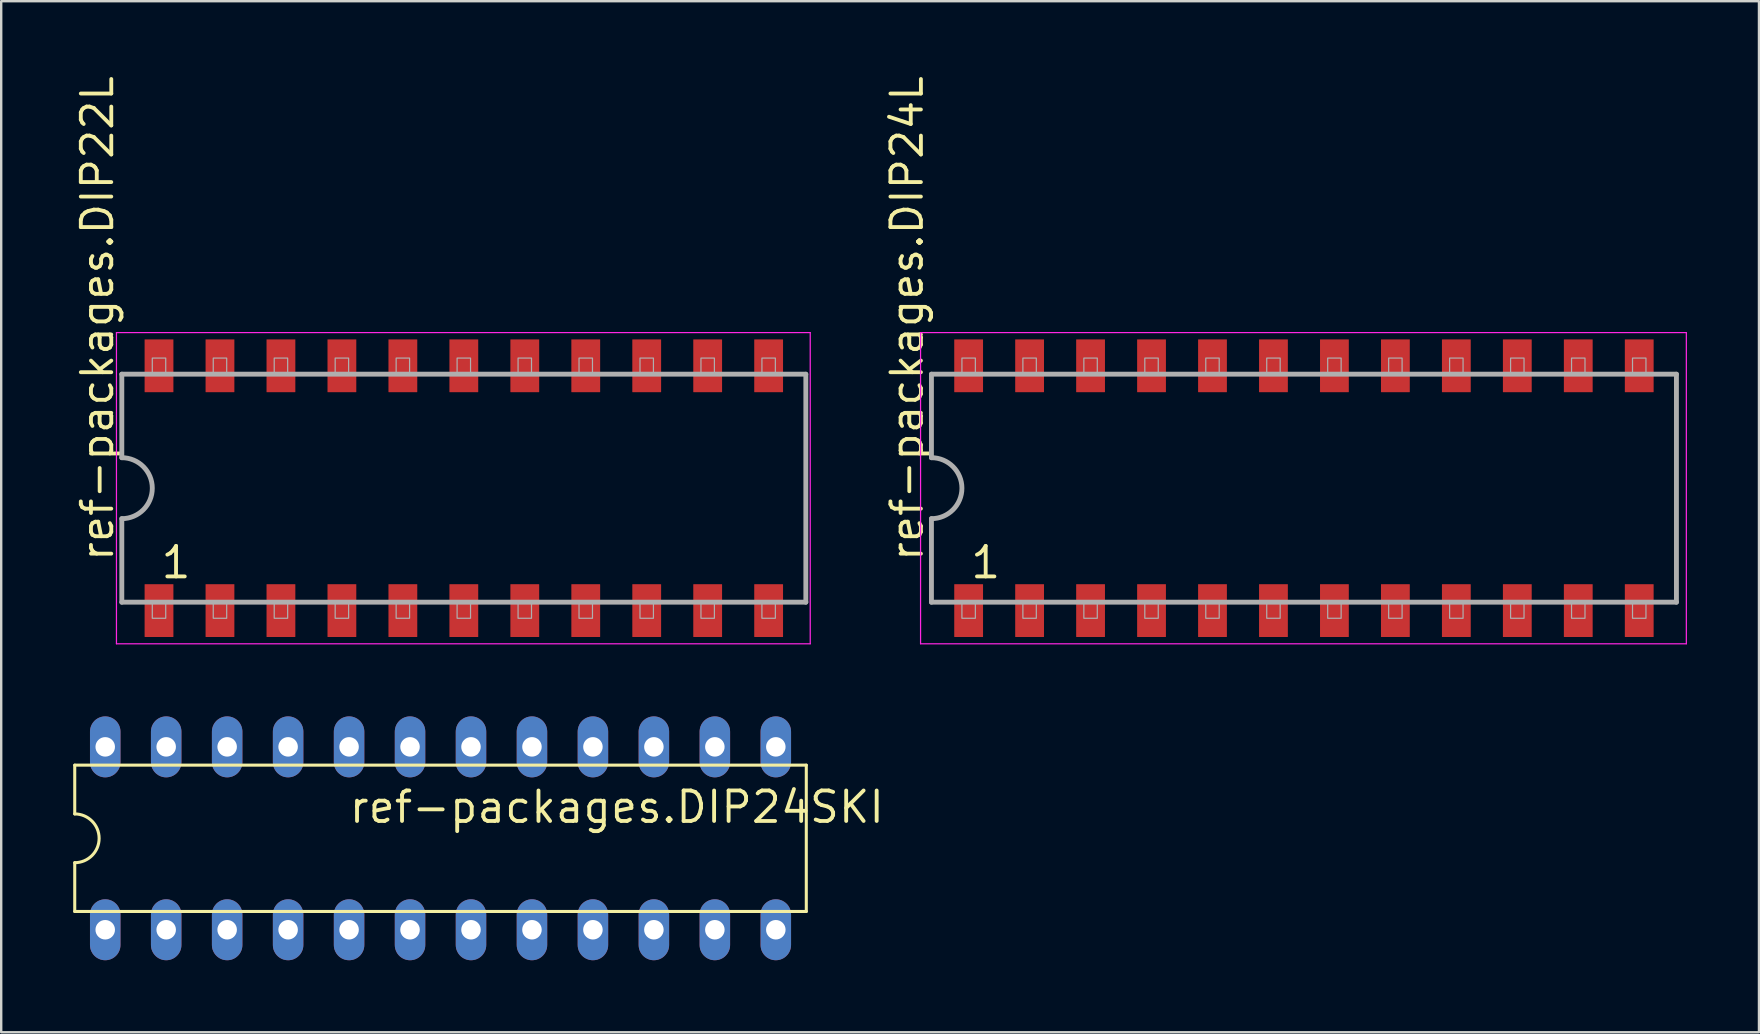
<source format=kicad_pcb>
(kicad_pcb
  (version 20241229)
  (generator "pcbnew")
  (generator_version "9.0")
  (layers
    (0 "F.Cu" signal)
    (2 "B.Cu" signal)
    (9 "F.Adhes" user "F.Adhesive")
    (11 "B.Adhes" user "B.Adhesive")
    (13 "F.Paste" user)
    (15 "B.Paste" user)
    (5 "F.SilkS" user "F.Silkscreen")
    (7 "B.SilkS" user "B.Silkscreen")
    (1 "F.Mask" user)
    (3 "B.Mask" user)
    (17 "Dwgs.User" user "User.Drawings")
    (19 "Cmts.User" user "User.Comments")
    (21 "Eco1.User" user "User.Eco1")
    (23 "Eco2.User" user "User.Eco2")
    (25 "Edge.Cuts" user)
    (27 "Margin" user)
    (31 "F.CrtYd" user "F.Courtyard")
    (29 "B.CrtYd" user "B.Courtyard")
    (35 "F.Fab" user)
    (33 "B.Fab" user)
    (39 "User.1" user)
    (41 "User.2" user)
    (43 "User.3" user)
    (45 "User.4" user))
  (footprint "ref-packages.DIP22L"
    (layer "F.Cu")
    (at 16.275 17.29)
    (property "Reference" "ref-packages.DIP22L" (at -14.525 3.135 90) (layer "F.SilkS") (effects (font (size 1.27 1.27) (thickness 0.16)) (justify left bottom)))
    (attr smd)
    (fp_line (start -14.473 -6.483) (end 14.433 -6.483) (stroke (width 0.051) (type default)) (layer "F.CrtYd"))
    (fp_line (start -14.473 6.483) (end -14.473 -6.483) (stroke (width 0.051) (type default)) (layer "F.CrtYd"))
    (fp_line (start 14.433 -6.483) (end 14.433 6.483) (stroke (width 0.051) (type default)) (layer "F.CrtYd"))
    (fp_line (start 14.433 6.483) (end -14.473 6.483) (stroke (width 0.051) (type default)) (layer "F.CrtYd"))
    (fp_line (start -14.25 -4.75) (end -14.25 -1.27) (stroke (width 0.203) (type default)) (layer "F.Fab"))
    (fp_line (start -14.25 1.27) (end -14.25 4.75) (stroke (width 0.203) (type default)) (layer "F.Fab"))
    (fp_line (start -14.25 4.75) (end 14.25 4.75) (stroke (width 0.203) (type default)) (layer "F.Fab"))
    (fp_line (start 14.25 -4.75) (end -14.25 -4.75) (stroke (width 0.203) (type default)) (layer "F.Fab"))
    (fp_line (start 14.25 4.75) (end 14.25 -4.75) (stroke (width 0.203) (type default)) (layer "F.Fab"))
    (fp_rect (start -12.98 -4.75) (end -12.42 -5.42) (stroke (width 0.05) (type default)) (fill no) (layer "F.Fab"))
    (fp_rect (start -12.98 5.42) (end -12.42 4.75) (stroke (width 0.05) (type default)) (fill no) (layer "F.Fab"))
    (fp_rect (start -10.44 -4.75) (end -9.88 -5.42) (stroke (width 0.05) (type default)) (fill no) (layer "F.Fab"))
    (fp_rect (start -10.44 5.42) (end -9.88 4.75) (stroke (width 0.05) (type default)) (fill no) (layer "F.Fab"))
    (fp_rect (start -7.9 -4.75) (end -7.34 -5.42) (stroke (width 0.05) (type default)) (fill no) (layer "F.Fab"))
    (fp_rect (start -7.9 5.42) (end -7.34 4.75) (stroke (width 0.05) (type default)) (fill no) (layer "F.Fab"))
    (fp_rect (start -5.36 -4.75) (end -4.8 -5.42) (stroke (width 0.05) (type default)) (fill no) (layer "F.Fab"))
    (fp_rect (start -5.36 5.42) (end -4.8 4.75) (stroke (width 0.05) (type default)) (fill no) (layer "F.Fab"))
    (fp_rect (start -2.82 -4.75) (end -2.26 -5.42) (stroke (width 0.05) (type default)) (fill no) (layer "F.Fab"))
    (fp_rect (start -2.82 5.42) (end -2.26 4.75) (stroke (width 0.05) (type default)) (fill no) (layer "F.Fab"))
    (fp_rect (start -0.28 -4.75) (end 0.28 -5.42) (stroke (width 0.05) (type default)) (fill no) (layer "F.Fab"))
    (fp_rect (start -0.28 5.42) (end 0.28 4.75) (stroke (width 0.05) (type default)) (fill no) (layer "F.Fab"))
    (fp_rect (start 2.26 -4.75) (end 2.82 -5.42) (stroke (width 0.05) (type default)) (fill no) (layer "F.Fab"))
    (fp_rect (start 2.26 5.42) (end 2.82 4.75) (stroke (width 0.05) (type default)) (fill no) (layer "F.Fab"))
    (fp_rect (start 4.8 -4.75) (end 5.36 -5.42) (stroke (width 0.05) (type default)) (fill no) (layer "F.Fab"))
    (fp_rect (start 4.8 5.42) (end 5.36 4.75) (stroke (width 0.05) (type default)) (fill no) (layer "F.Fab"))
    (fp_rect (start 7.34 -4.75) (end 7.9 -5.42) (stroke (width 0.05) (type default)) (fill no) (layer "F.Fab"))
    (fp_rect (start 7.34 5.42) (end 7.9 4.75) (stroke (width 0.05) (type default)) (fill no) (layer "F.Fab"))
    (fp_rect (start 9.88 -4.75) (end 10.44 -5.42) (stroke (width 0.05) (type default)) (fill no) (layer "F.Fab"))
    (fp_rect (start 9.88 5.42) (end 10.44 4.75) (stroke (width 0.05) (type default)) (fill no) (layer "F.Fab"))
    (fp_rect (start 12.42 -4.75) (end 12.98 -5.42) (stroke (width 0.05) (type default)) (fill no) (layer "F.Fab"))
    (fp_rect (start 12.42 5.42) (end 12.98 4.75) (stroke (width 0.05) (type default)) (fill no) (layer "F.Fab"))
    (fp_arc (start -14.25 -1.27) (mid -12.98 0) (end -14.25 1.27) (stroke (width 0.2032) (type default)) (layer "F.Fab"))
    (fp_text user "1" (at -12.7 3.84 0) (layer "F.SilkS") (effects (font (size 1.27 1.27) (thickness 0.16)) (justify left bottom)))
    (pad "1" smd roundrect (at -12.7 5.1) (size 1.2 2.2) (layers "F.Cu" "F.Mask" "F.Paste") (roundrect_rratio 0.01))
    (pad "2" smd roundrect (at -10.16 5.1) (size 1.2 2.2) (layers "F.Cu" "F.Mask" "F.Paste") (roundrect_rratio 0.01))
    (pad "3" smd roundrect (at -7.62 5.1) (size 1.2 2.2) (layers "F.Cu" "F.Mask" "F.Paste") (roundrect_rratio 0.01))
    (pad "4" smd roundrect (at -5.08 5.1) (size 1.2 2.2) (layers "F.Cu" "F.Mask" "F.Paste") (roundrect_rratio 0.01))
    (pad "5" smd roundrect (at -2.54 5.1) (size 1.2 2.2) (layers "F.Cu" "F.Mask" "F.Paste") (roundrect_rratio 0.01))
    (pad "6" smd roundrect (at 0 5.1) (size 1.2 2.2) (layers "F.Cu" "F.Mask" "F.Paste") (roundrect_rratio 0.01))
    (pad "7" smd roundrect (at 2.54 5.1) (size 1.2 2.2) (layers "F.Cu" "F.Mask" "F.Paste") (roundrect_rratio 0.01))
    (pad "8" smd roundrect (at 5.08 5.1) (size 1.2 2.2) (layers "F.Cu" "F.Mask" "F.Paste") (roundrect_rratio 0.01))
    (pad "9" smd roundrect (at 7.62 5.1) (size 1.2 2.2) (layers "F.Cu" "F.Mask" "F.Paste") (roundrect_rratio 0.01))
    (pad "10" smd roundrect (at 10.16 5.1) (size 1.2 2.2) (layers "F.Cu" "F.Mask" "F.Paste") (roundrect_rratio 0.01))
    (pad "11" smd roundrect (at 12.7 5.1) (size 1.2 2.2) (layers "F.Cu" "F.Mask" "F.Paste") (roundrect_rratio 0.01))
    (pad "12" smd roundrect (at 12.7 -5.1) (size 1.2 2.2) (layers "F.Cu" "F.Mask" "F.Paste") (roundrect_rratio 0.01))
    (pad "13" smd roundrect (at 10.16 -5.1) (size 1.2 2.2) (layers "F.Cu" "F.Mask" "F.Paste") (roundrect_rratio 0.01))
    (pad "14" smd roundrect (at 7.62 -5.1) (size 1.2 2.2) (layers "F.Cu" "F.Mask" "F.Paste") (roundrect_rratio 0.01))
    (pad "15" smd roundrect (at 5.08 -5.1) (size 1.2 2.2) (layers "F.Cu" "F.Mask" "F.Paste") (roundrect_rratio 0.01))
    (pad "16" smd roundrect (at 2.54 -5.1) (size 1.2 2.2) (layers "F.Cu" "F.Mask" "F.Paste") (roundrect_rratio 0.01))
    (pad "17" smd roundrect (at 0 -5.1) (size 1.2 2.2) (layers "F.Cu" "F.Mask" "F.Paste") (roundrect_rratio 0.01))
    (pad "18" smd roundrect (at -2.54 -5.1) (size 1.2 2.2) (layers "F.Cu" "F.Mask" "F.Paste") (roundrect_rratio 0.01))
    (pad "19" smd roundrect (at -5.08 -5.1) (size 1.2 2.2) (layers "F.Cu" "F.Mask" "F.Paste") (roundrect_rratio 0.01))
    (pad "20" smd roundrect (at -7.62 -5.1) (size 1.2 2.2) (layers "F.Cu" "F.Mask" "F.Paste") (roundrect_rratio 0.01))
    (pad "21" smd roundrect (at -10.16 -5.1) (size 1.2 2.2) (layers "F.Cu" "F.Mask" "F.Paste") (roundrect_rratio 0.01))
    (pad "22" smd roundrect (at -12.7 -5.1) (size 1.2 2.2) (layers "F.Cu" "F.Mask" "F.Paste") (roundrect_rratio 0.01)))
  (footprint "ref-packages.DIP24SKI"
    (layer "F.Cu")
    (at 12.764 31.878)
    (property "Reference" "ref-packages.DIP24SKI" (at -1.346 -0.559 0) (layer "F.SilkS") (effects (font (size 1.27 1.27) (thickness 0.16)) (justify left bottom)))
    (attr through_hole)
    (fp_line (start -12.7 -3.048) (end -12.7 -1.016) (stroke (width 0.127) (type default)) (layer "F.SilkS"))
    (fp_line (start -12.7 3.048) (end -12.7 1.016) (stroke (width 0.127) (type default)) (layer "F.SilkS"))
    (fp_line (start -12.7 3.048) (end 17.78 3.048) (stroke (width 0.127) (type default)) (layer "F.SilkS"))
    (fp_line (start 17.78 -3.048) (end -12.7 -3.048) (stroke (width 0.127) (type default)) (layer "F.SilkS"))
    (fp_line (start 17.78 3.048) (end 17.78 -3.048) (stroke (width 0.127) (type default)) (layer "F.SilkS"))
    (fp_arc (start -12.7 -1.016) (mid -11.684 0) (end -12.7 1.016) (stroke (width 0.127) (type default)) (layer "F.SilkS"))
    (pad "1" thru_hole oval (at -11.43 3.81 90) (size 2.54 1.27) (drill 0.813) (layers "*.Cu" "*.Mask"))
    (pad "2" thru_hole oval (at -8.89 3.81 90) (size 2.54 1.27) (drill 0.813) (layers "*.Cu" "*.Mask"))
    (pad "3" thru_hole oval (at -6.35 3.81 90) (size 2.54 1.27) (drill 0.813) (layers "*.Cu" "*.Mask"))
    (pad "4" thru_hole oval (at -3.81 3.81 90) (size 2.54 1.27) (drill 0.813) (layers "*.Cu" "*.Mask"))
    (pad "5" thru_hole oval (at -1.27 3.81 90) (size 2.54 1.27) (drill 0.813) (layers "*.Cu" "*.Mask"))
    (pad "6" thru_hole oval (at 1.27 3.81 90) (size 2.54 1.27) (drill 0.813) (layers "*.Cu" "*.Mask"))
    (pad "7" thru_hole oval (at 3.81 3.81 90) (size 2.54 1.27) (drill 0.813) (layers "*.Cu" "*.Mask"))
    (pad "8" thru_hole oval (at 6.35 3.81 90) (size 2.54 1.27) (drill 0.813) (layers "*.Cu" "*.Mask"))
    (pad "9" thru_hole oval (at 8.89 3.81 90) (size 2.54 1.27) (drill 0.813) (layers "*.Cu" "*.Mask"))
    (pad "10" thru_hole oval (at 11.43 3.81 90) (size 2.54 1.27) (drill 0.813) (layers "*.Cu" "*.Mask"))
    (pad "11" thru_hole oval (at 13.97 3.81 90) (size 2.54 1.27) (drill 0.813) (layers "*.Cu" "*.Mask"))
    (pad "12" thru_hole oval (at 16.51 3.81 90) (size 2.54 1.27) (drill 0.813) (layers "*.Cu" "*.Mask"))
    (pad "13" thru_hole oval (at 16.51 -3.81 90) (size 2.54 1.27) (drill 0.813) (layers "*.Cu" "*.Mask"))
    (pad "14" thru_hole oval (at 13.97 -3.81 90) (size 2.54 1.27) (drill 0.813) (layers "*.Cu" "*.Mask"))
    (pad "15" thru_hole oval (at 11.43 -3.81 90) (size 2.54 1.27) (drill 0.813) (layers "*.Cu" "*.Mask"))
    (pad "16" thru_hole oval (at 8.89 -3.81 90) (size 2.54 1.27) (drill 0.813) (layers "*.Cu" "*.Mask"))
    (pad "17" thru_hole oval (at 6.35 -3.81 90) (size 2.54 1.27) (drill 0.813) (layers "*.Cu" "*.Mask"))
    (pad "18" thru_hole oval (at 3.81 -3.81 90) (size 2.54 1.27) (drill 0.813) (layers "*.Cu" "*.Mask"))
    (pad "19" thru_hole oval (at 1.27 -3.81 90) (size 2.54 1.27) (drill 0.813) (layers "*.Cu" "*.Mask"))
    (pad "20" thru_hole oval (at -1.27 -3.81 90) (size 2.54 1.27) (drill 0.813) (layers "*.Cu" "*.Mask"))
    (pad "21" thru_hole oval (at -3.81 -3.81 90) (size 2.54 1.27) (drill 0.813) (layers "*.Cu" "*.Mask"))
    (pad "22" thru_hole oval (at -6.35 -3.81 90) (size 2.54 1.27) (drill 0.813) (layers "*.Cu" "*.Mask"))
    (pad "23" thru_hole oval (at -8.89 -3.81 90) (size 2.54 1.27) (drill 0.813) (layers "*.Cu" "*.Mask"))
    (pad "24" thru_hole oval (at -11.43 -3.81 90) (size 2.54 1.27) (drill 0.813) (layers "*.Cu" "*.Mask")))
  (footprint "ref-packages.DIP24L"
    (layer "F.Cu")
    (at 51.278 17.29)
    (property "Reference" "ref-packages.DIP24L" (at -15.795 3.135 90) (layer "F.SilkS") (effects (font (size 1.27 1.27) (thickness 0.16)) (justify left bottom)))
    (attr smd)
    (fp_line (start -15.973 -6.483) (end 15.933 -6.483) (stroke (width 0.051) (type default)) (layer "F.CrtYd"))
    (fp_line (start -15.973 6.483) (end -15.973 -6.483) (stroke (width 0.051) (type default)) (layer "F.CrtYd"))
    (fp_line (start 15.933 -6.483) (end 15.933 6.483) (stroke (width 0.051) (type default)) (layer "F.CrtYd"))
    (fp_line (start 15.933 6.483) (end -15.973 6.483) (stroke (width 0.051) (type default)) (layer "F.CrtYd"))
    (fp_line (start -15.52 -4.75) (end -15.52 -1.27) (stroke (width 0.203) (type default)) (layer "F.Fab"))
    (fp_line (start -15.52 1.27) (end -15.52 4.75) (stroke (width 0.203) (type default)) (layer "F.Fab"))
    (fp_line (start -15.52 4.75) (end 15.52 4.75) (stroke (width 0.203) (type default)) (layer "F.Fab"))
    (fp_line (start 15.52 -4.75) (end -15.52 -4.75) (stroke (width 0.203) (type default)) (layer "F.Fab"))
    (fp_line (start 15.52 4.75) (end 15.52 -4.75) (stroke (width 0.203) (type default)) (layer "F.Fab"))
    (fp_rect (start -14.25 -4.75) (end -13.69 -5.42) (stroke (width 0.05) (type default)) (fill no) (layer "F.Fab"))
    (fp_rect (start -14.25 5.42) (end -13.69 4.75) (stroke (width 0.05) (type default)) (fill no) (layer "F.Fab"))
    (fp_rect (start -11.71 -4.75) (end -11.15 -5.42) (stroke (width 0.05) (type default)) (fill no) (layer "F.Fab"))
    (fp_rect (start -11.71 5.42) (end -11.15 4.75) (stroke (width 0.05) (type default)) (fill no) (layer "F.Fab"))
    (fp_rect (start -9.17 -4.75) (end -8.61 -5.42) (stroke (width 0.05) (type default)) (fill no) (layer "F.Fab"))
    (fp_rect (start -9.17 5.42) (end -8.61 4.75) (stroke (width 0.05) (type default)) (fill no) (layer "F.Fab"))
    (fp_rect (start -6.63 -4.75) (end -6.07 -5.42) (stroke (width 0.05) (type default)) (fill no) (layer "F.Fab"))
    (fp_rect (start -6.63 5.42) (end -6.07 4.75) (stroke (width 0.05) (type default)) (fill no) (layer "F.Fab"))
    (fp_rect (start -4.09 -4.75) (end -3.53 -5.42) (stroke (width 0.05) (type default)) (fill no) (layer "F.Fab"))
    (fp_rect (start -4.09 5.42) (end -3.53 4.75) (stroke (width 0.05) (type default)) (fill no) (layer "F.Fab"))
    (fp_rect (start -1.55 -4.75) (end -0.99 -5.42) (stroke (width 0.05) (type default)) (fill no) (layer "F.Fab"))
    (fp_rect (start -1.55 5.42) (end -0.99 4.75) (stroke (width 0.05) (type default)) (fill no) (layer "F.Fab"))
    (fp_rect (start 0.99 -4.75) (end 1.55 -5.42) (stroke (width 0.05) (type default)) (fill no) (layer "F.Fab"))
    (fp_rect (start 0.99 5.42) (end 1.55 4.75) (stroke (width 0.05) (type default)) (fill no) (layer "F.Fab"))
    (fp_rect (start 3.53 -4.75) (end 4.09 -5.42) (stroke (width 0.05) (type default)) (fill no) (layer "F.Fab"))
    (fp_rect (start 3.53 5.42) (end 4.09 4.75) (stroke (width 0.05) (type default)) (fill no) (layer "F.Fab"))
    (fp_rect (start 6.07 -4.75) (end 6.63 -5.42) (stroke (width 0.05) (type default)) (fill no) (layer "F.Fab"))
    (fp_rect (start 6.07 5.42) (end 6.63 4.75) (stroke (width 0.05) (type default)) (fill no) (layer "F.Fab"))
    (fp_rect (start 8.61 -4.75) (end 9.17 -5.42) (stroke (width 0.05) (type default)) (fill no) (layer "F.Fab"))
    (fp_rect (start 8.61 5.42) (end 9.17 4.75) (stroke (width 0.05) (type default)) (fill no) (layer "F.Fab"))
    (fp_rect (start 11.15 -4.75) (end 11.71 -5.42) (stroke (width 0.05) (type default)) (fill no) (layer "F.Fab"))
    (fp_rect (start 11.15 5.42) (end 11.71 4.75) (stroke (width 0.05) (type default)) (fill no) (layer "F.Fab"))
    (fp_rect (start 13.69 -4.75) (end 14.25 -5.42) (stroke (width 0.05) (type default)) (fill no) (layer "F.Fab"))
    (fp_rect (start 13.69 5.42) (end 14.25 4.75) (stroke (width 0.05) (type default)) (fill no) (layer "F.Fab"))
    (fp_arc (start -15.52 -1.27) (mid -14.25 0) (end -15.52 1.27) (stroke (width 0.2032) (type default)) (layer "F.Fab"))
    (fp_text user "1" (at -13.97 3.84 0) (layer "F.SilkS") (effects (font (size 1.27 1.27) (thickness 0.16)) (justify left bottom)))
    (pad "1" smd roundrect (at -13.97 5.1) (size 1.2 2.2) (layers "F.Cu" "F.Mask" "F.Paste") (roundrect_rratio 0.01))
    (pad "2" smd roundrect (at -11.43 5.1) (size 1.2 2.2) (layers "F.Cu" "F.Mask" "F.Paste") (roundrect_rratio 0.01))
    (pad "3" smd roundrect (at -8.89 5.1) (size 1.2 2.2) (layers "F.Cu" "F.Mask" "F.Paste") (roundrect_rratio 0.01))
    (pad "4" smd roundrect (at -6.35 5.1) (size 1.2 2.2) (layers "F.Cu" "F.Mask" "F.Paste") (roundrect_rratio 0.01))
    (pad "5" smd roundrect (at -3.81 5.1) (size 1.2 2.2) (layers "F.Cu" "F.Mask" "F.Paste") (roundrect_rratio 0.01))
    (pad "6" smd roundrect (at -1.27 5.1) (size 1.2 2.2) (layers "F.Cu" "F.Mask" "F.Paste") (roundrect_rratio 0.01))
    (pad "7" smd roundrect (at 1.27 5.1) (size 1.2 2.2) (layers "F.Cu" "F.Mask" "F.Paste") (roundrect_rratio 0.01))
    (pad "8" smd roundrect (at 3.81 5.1) (size 1.2 2.2) (layers "F.Cu" "F.Mask" "F.Paste") (roundrect_rratio 0.01))
    (pad "9" smd roundrect (at 6.35 5.1) (size 1.2 2.2) (layers "F.Cu" "F.Mask" "F.Paste") (roundrect_rratio 0.01))
    (pad "10" smd roundrect (at 8.89 5.1) (size 1.2 2.2) (layers "F.Cu" "F.Mask" "F.Paste") (roundrect_rratio 0.01))
    (pad "11" smd roundrect (at 11.43 5.1) (size 1.2 2.2) (layers "F.Cu" "F.Mask" "F.Paste") (roundrect_rratio 0.01))
    (pad "12" smd roundrect (at 13.97 5.1) (size 1.2 2.2) (layers "F.Cu" "F.Mask" "F.Paste") (roundrect_rratio 0.01))
    (pad "13" smd roundrect (at 13.97 -5.1) (size 1.2 2.2) (layers "F.Cu" "F.Mask" "F.Paste") (roundrect_rratio 0.01))
    (pad "14" smd roundrect (at 11.43 -5.1) (size 1.2 2.2) (layers "F.Cu" "F.Mask" "F.Paste") (roundrect_rratio 0.01))
    (pad "15" smd roundrect (at 8.89 -5.1) (size 1.2 2.2) (layers "F.Cu" "F.Mask" "F.Paste") (roundrect_rratio 0.01))
    (pad "16" smd roundrect (at 6.35 -5.1) (size 1.2 2.2) (layers "F.Cu" "F.Mask" "F.Paste") (roundrect_rratio 0.01))
    (pad "17" smd roundrect (at 3.81 -5.1) (size 1.2 2.2) (layers "F.Cu" "F.Mask" "F.Paste") (roundrect_rratio 0.01))
    (pad "18" smd roundrect (at 1.27 -5.1) (size 1.2 2.2) (layers "F.Cu" "F.Mask" "F.Paste") (roundrect_rratio 0.01))
    (pad "19" smd roundrect (at -1.27 -5.1) (size 1.2 2.2) (layers "F.Cu" "F.Mask" "F.Paste") (roundrect_rratio 0.01))
    (pad "20" smd roundrect (at -3.81 -5.1) (size 1.2 2.2) (layers "F.Cu" "F.Mask" "F.Paste") (roundrect_rratio 0.01))
    (pad "21" smd roundrect (at -6.35 -5.1) (size 1.2 2.2) (layers "F.Cu" "F.Mask" "F.Paste") (roundrect_rratio 0.01))
    (pad "22" smd roundrect (at -8.89 -5.1) (size 1.2 2.2) (layers "F.Cu" "F.Mask" "F.Paste") (roundrect_rratio 0.01))
    (pad "23" smd roundrect (at -11.43 -5.1) (size 1.2 2.2) (layers "F.Cu" "F.Mask" "F.Paste") (roundrect_rratio 0.01))
    (pad "24" smd roundrect (at -13.97 -5.1) (size 1.2 2.2) (layers "F.Cu" "F.Mask" "F.Paste") (roundrect_rratio 0.01)))
  (gr_rect
    (start -3 -3)
    (end 70.237 39.958)
    (stroke (width 0.1) (type default))
    (fill no)
    (layer "Edge.Cuts")))
</source>
